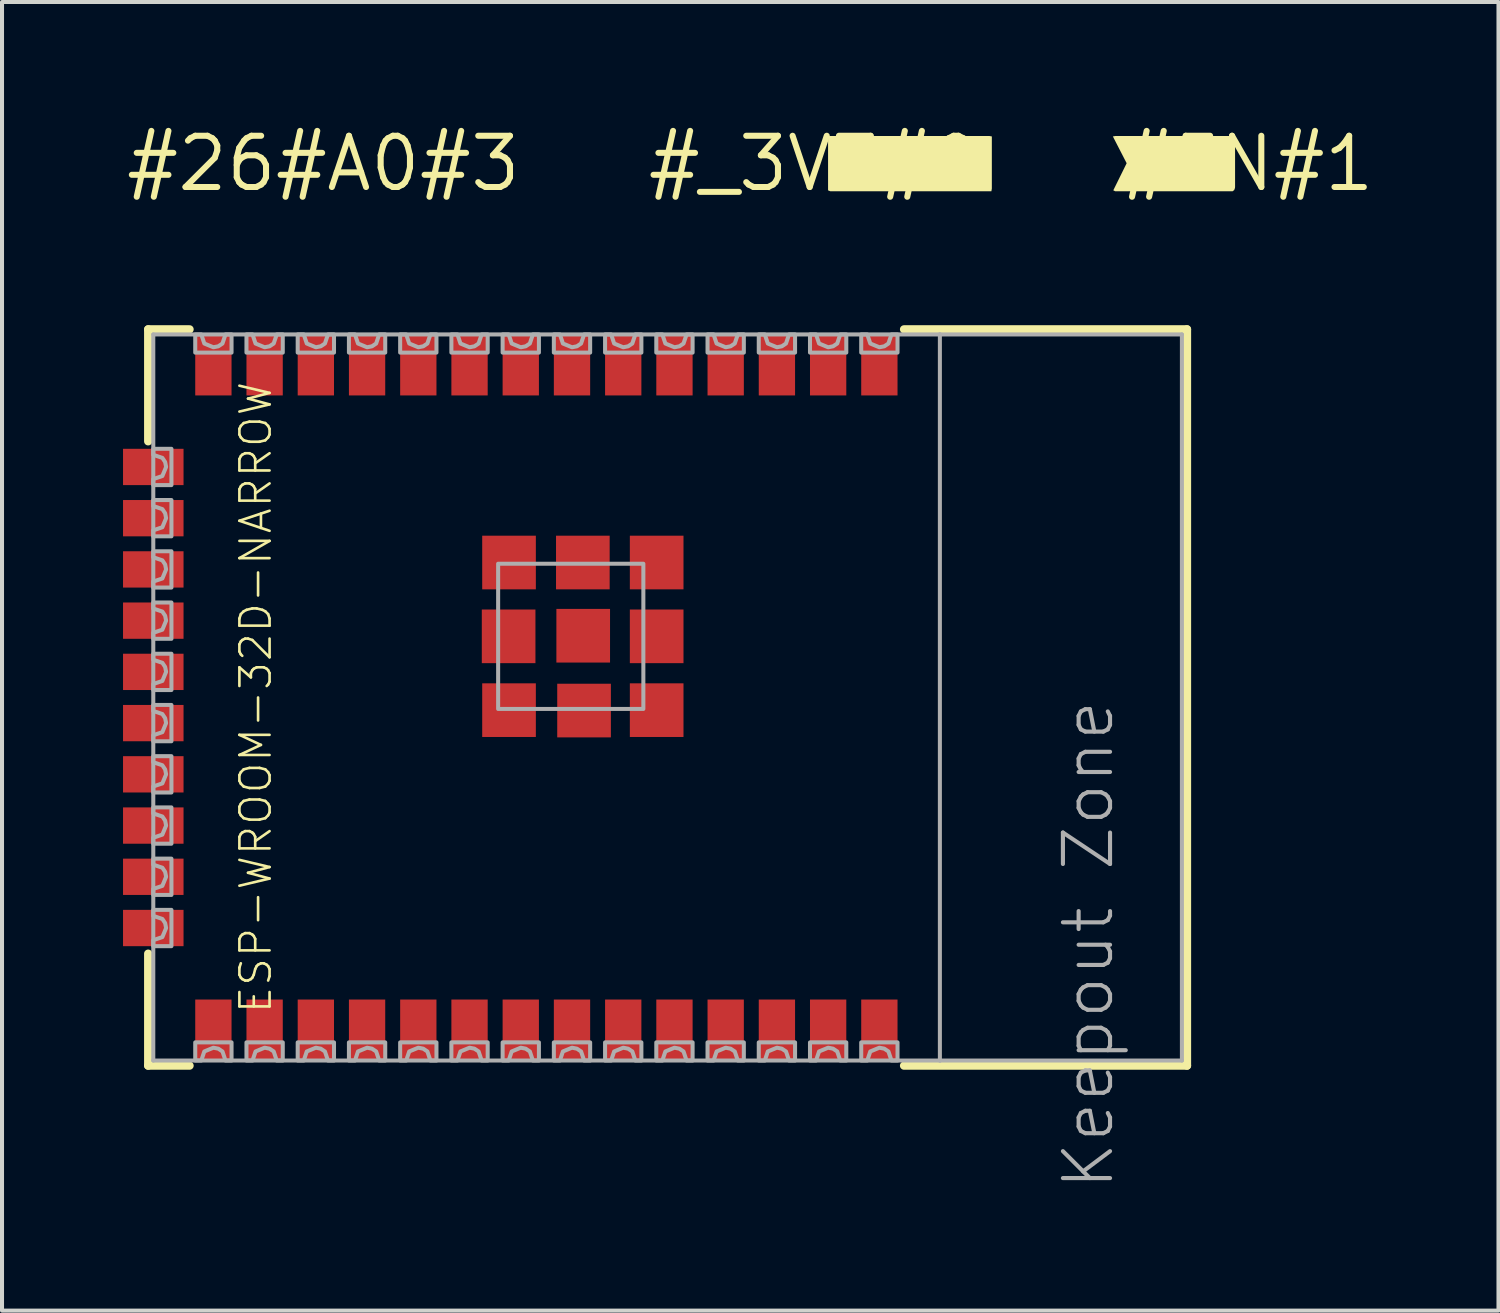
<source format=kicad_pcb>
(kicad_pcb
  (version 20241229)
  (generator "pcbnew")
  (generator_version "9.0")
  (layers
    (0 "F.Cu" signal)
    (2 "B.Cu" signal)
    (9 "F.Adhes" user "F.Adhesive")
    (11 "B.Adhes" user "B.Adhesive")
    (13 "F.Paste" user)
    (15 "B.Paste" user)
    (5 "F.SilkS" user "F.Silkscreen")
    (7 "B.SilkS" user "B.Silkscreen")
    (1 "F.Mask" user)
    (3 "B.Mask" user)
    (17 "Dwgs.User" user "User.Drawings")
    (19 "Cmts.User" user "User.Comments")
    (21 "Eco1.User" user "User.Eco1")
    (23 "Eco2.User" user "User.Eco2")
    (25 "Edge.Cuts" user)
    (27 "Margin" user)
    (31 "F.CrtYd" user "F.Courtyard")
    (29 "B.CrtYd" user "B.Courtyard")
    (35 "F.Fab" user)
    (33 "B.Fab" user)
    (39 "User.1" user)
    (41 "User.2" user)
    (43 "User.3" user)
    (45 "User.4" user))
  (footprint "ESP-WROOM-32D-NARROW"
    (layer "F.Cu")
    (at 12.32 14.241)
    (property "Reference" "ESP-WROOM-32D-NARROW" (at -9.03 0 90) (layer "F.SilkS") (effects (font (size 0.748 0.748) (thickness 0.065))))
    (fp_line (start -11.697 -9.127) (end -10.67 -9.127) (stroke (width 0.203) (type solid)) (layer "F.SilkS"))
    (fp_line (start -11.697 -6.35) (end -11.697 -9.127) (stroke (width 0.203) (type solid)) (layer "F.SilkS"))
    (fp_line (start -11.697 6.35) (end -11.697 9.127) (stroke (width 0.203) (type solid)) (layer "F.SilkS"))
    (fp_line (start -11.697 9.127) (end -10.67 9.127) (stroke (width 0.203) (type solid)) (layer "F.SilkS"))
    (fp_line (start 7.041 -9.127) (end 14.057 -9.127) (stroke (width 0.203) (type solid)) (layer "F.SilkS"))
    (fp_line (start 7.041 9.127) (end 14.057 9.127) (stroke (width 0.203) (type solid)) (layer "F.SilkS"))
    (fp_line (start 14.057 -9.127) (end 14.057 9.127) (stroke (width 0.203) (type solid)) (layer "F.SilkS"))
    (fp_line (start -11.57 -9) (end 7.93 -9) (stroke (width 0.1) (type solid)) (layer "F.Fab"))
    (fp_line (start -11.57 9) (end -11.57 -9) (stroke (width 0.1) (type solid)) (layer "F.Fab"))
    (fp_line (start 7.93 -9) (end 13.93 -9) (stroke (width 0.1) (type solid)) (layer "F.Fab"))
    (fp_line (start 7.93 9) (end -11.57 9) (stroke (width 0.1) (type solid)) (layer "F.Fab"))
    (fp_line (start 7.93 9) (end 7.93 -9) (stroke (width 0.1) (type solid)) (layer "F.Fab"))
    (fp_line (start 13.93 -9) (end 13.93 9) (stroke (width 0.1) (type solid)) (layer "F.Fab"))
    (fp_line (start 13.93 9) (end 7.93 9) (stroke (width 0.1) (type solid)) (layer "F.Fab"))
    (fp_poly (pts (xy -3.021 0.284) (xy 0.579 0.284) (xy 0.579 -3.316) (xy -3.021 -3.316)) (stroke (width 0.1) (type default)) (fill no) (layer "F.Fab"))
    (fp_poly (pts (xy -11.12 -5.265) (xy -11.57 -5.265) (xy -11.57 -5.415) (xy -11.345 -5.49) (xy -11.252 -5.715) (xy -11.276 -5.837) (xy -11.345 -5.94) (xy -11.57 -6.015) (xy -11.57 -6.015) (xy -11.57 -6.165) (xy -11.12 -6.165)) (stroke (width 0.1) (type default)) (fill no) (layer "F.Fab"))
    (fp_poly (pts (xy -11.12 -3.995) (xy -11.57 -3.995) (xy -11.57 -4.145) (xy -11.345 -4.22) (xy -11.252 -4.445) (xy -11.276 -4.567) (xy -11.345 -4.67) (xy -11.57 -4.745) (xy -11.57 -4.745) (xy -11.57 -4.895) (xy -11.12 -4.895)) (stroke (width 0.1) (type default)) (fill no) (layer "F.Fab"))
    (fp_poly (pts (xy -11.12 -2.725) (xy -11.57 -2.725) (xy -11.57 -2.875) (xy -11.345 -2.95) (xy -11.252 -3.175) (xy -11.276 -3.297) (xy -11.345 -3.4) (xy -11.57 -3.475) (xy -11.57 -3.475) (xy -11.57 -3.625) (xy -11.12 -3.625)) (stroke (width 0.1) (type default)) (fill no) (layer "F.Fab"))
    (fp_poly (pts (xy -11.12 -1.455) (xy -11.57 -1.455) (xy -11.57 -1.605) (xy -11.345 -1.68) (xy -11.252 -1.905) (xy -11.276 -2.027) (xy -11.345 -2.13) (xy -11.57 -2.205) (xy -11.57 -2.205) (xy -11.57 -2.355) (xy -11.12 -2.355)) (stroke (width 0.1) (type default)) (fill no) (layer "F.Fab"))
    (fp_poly (pts (xy -11.12 -0.185) (xy -11.57 -0.185) (xy -11.57 -0.335) (xy -11.345 -0.41) (xy -11.252 -0.635) (xy -11.276 -0.757) (xy -11.345 -0.86) (xy -11.57 -0.935) (xy -11.57 -0.935) (xy -11.57 -1.085) (xy -11.12 -1.085)) (stroke (width 0.1) (type default)) (fill no) (layer "F.Fab"))
    (fp_poly (pts (xy -11.12 1.085) (xy -11.57 1.085) (xy -11.57 0.935) (xy -11.345 0.86) (xy -11.345 0.86) (xy -11.252 0.635) (xy -11.276 0.513) (xy -11.345 0.41) (xy -11.57 0.335) (xy -11.57 0.185) (xy -11.12 0.185)) (stroke (width 0.1) (type default)) (fill no) (layer "F.Fab"))
    (fp_poly (pts (xy -11.12 2.355) (xy -11.57 2.355) (xy -11.57 2.205) (xy -11.345 2.13) (xy -11.345 2.13) (xy -11.252 1.905) (xy -11.276 1.783) (xy -11.345 1.68) (xy -11.57 1.605) (xy -11.57 1.455) (xy -11.12 1.455)) (stroke (width 0.1) (type default)) (fill no) (layer "F.Fab"))
    (fp_poly (pts (xy -11.12 3.625) (xy -11.57 3.625) (xy -11.57 3.475) (xy -11.345 3.4) (xy -11.345 3.4) (xy -11.252 3.175) (xy -11.276 3.053) (xy -11.345 2.95) (xy -11.57 2.875) (xy -11.57 2.725) (xy -11.12 2.725)) (stroke (width 0.1) (type default)) (fill no) (layer "F.Fab"))
    (fp_poly (pts (xy -11.12 4.895) (xy -11.57 4.895) (xy -11.57 4.745) (xy -11.345 4.67) (xy -11.345 4.67) (xy -11.252 4.445) (xy -11.276 4.323) (xy -11.345 4.22) (xy -11.57 4.145) (xy -11.57 3.995) (xy -11.12 3.995)) (stroke (width 0.1) (type default)) (fill no) (layer "F.Fab"))
    (fp_poly (pts (xy -11.12 6.165) (xy -11.57 6.165) (xy -11.57 6.015) (xy -11.345 5.94) (xy -11.345 5.94) (xy -11.252 5.715) (xy -11.276 5.593) (xy -11.345 5.49) (xy -11.57 5.415) (xy -11.57 5.265) (xy -11.12 5.265)) (stroke (width 0.1) (type default)) (fill no) (layer "F.Fab"))
    (fp_poly (pts (xy -10.305 -8.775) (xy -10.305 -8.775) (xy -10.08 -8.682) (xy -9.958 -8.706) (xy -9.855 -8.775) (xy -9.78 -9) (xy -9.63 -9) (xy -9.63 -8.55) (xy -10.53 -8.55) (xy -10.53 -9) (xy -10.38 -9)) (stroke (width 0.1) (type default)) (fill no) (layer "F.Fab"))
    (fp_poly (pts (xy -9.63 9) (xy -9.78 9) (xy -9.855 8.775) (xy -9.958 8.706) (xy -10.08 8.682) (xy -10.305 8.775) (xy -10.305 8.775) (xy -10.38 9) (xy -10.53 9) (xy -10.53 8.55) (xy -9.63 8.55)) (stroke (width 0.1) (type default)) (fill no) (layer "F.Fab"))
    (fp_poly (pts (xy -9.035 -8.775) (xy -9.035 -8.775) (xy -8.81 -8.682) (xy -8.688 -8.706) (xy -8.585 -8.775) (xy -8.51 -9) (xy -8.36 -9) (xy -8.36 -8.55) (xy -9.26 -8.55) (xy -9.26 -9) (xy -9.11 -9)) (stroke (width 0.1) (type default)) (fill no) (layer "F.Fab"))
    (fp_poly (pts (xy -8.36 9) (xy -8.51 9) (xy -8.585 8.775) (xy -8.688 8.706) (xy -8.81 8.682) (xy -9.035 8.775) (xy -9.035 8.775) (xy -9.11 9) (xy -9.26 9) (xy -9.26 8.55) (xy -8.36 8.55)) (stroke (width 0.1) (type default)) (fill no) (layer "F.Fab"))
    (fp_poly (pts (xy -7.765 -8.775) (xy -7.765 -8.775) (xy -7.54 -8.682) (xy -7.418 -8.706) (xy -7.315 -8.775) (xy -7.24 -9) (xy -7.09 -9) (xy -7.09 -8.55) (xy -7.99 -8.55) (xy -7.99 -9) (xy -7.84 -9)) (stroke (width 0.1) (type default)) (fill no) (layer "F.Fab"))
    (fp_poly (pts (xy -7.09 9) (xy -7.24 9) (xy -7.315 8.775) (xy -7.418 8.706) (xy -7.54 8.682) (xy -7.765 8.775) (xy -7.765 8.775) (xy -7.84 9) (xy -7.99 9) (xy -7.99 8.55) (xy -7.09 8.55)) (stroke (width 0.1) (type default)) (fill no) (layer "F.Fab"))
    (fp_poly (pts (xy -6.495 -8.775) (xy -6.495 -8.775) (xy -6.27 -8.682) (xy -6.148 -8.706) (xy -6.045 -8.775) (xy -5.97 -9) (xy -5.82 -9) (xy -5.82 -8.55) (xy -6.72 -8.55) (xy -6.72 -9) (xy -6.57 -9)) (stroke (width 0.1) (type default)) (fill no) (layer "F.Fab"))
    (fp_poly (pts (xy -5.82 9) (xy -5.97 9) (xy -6.045 8.775) (xy -6.148 8.706) (xy -6.27 8.682) (xy -6.495 8.775) (xy -6.495 8.775) (xy -6.57 9) (xy -6.72 9) (xy -6.72 8.55) (xy -5.82 8.55)) (stroke (width 0.1) (type default)) (fill no) (layer "F.Fab"))
    (fp_poly (pts (xy -5.225 -8.775) (xy -5.225 -8.775) (xy -5 -8.682) (xy -4.878 -8.706) (xy -4.775 -8.775) (xy -4.7 -9) (xy -4.55 -9) (xy -4.55 -8.55) (xy -5.45 -8.55) (xy -5.45 -9) (xy -5.3 -9)) (stroke (width 0.1) (type default)) (fill no) (layer "F.Fab"))
    (fp_poly (pts (xy -4.55 9) (xy -4.7 9) (xy -4.775 8.775) (xy -4.878 8.706) (xy -5 8.682) (xy -5.225 8.775) (xy -5.225 8.775) (xy -5.3 9) (xy -5.45 9) (xy -5.45 8.55) (xy -4.55 8.55)) (stroke (width 0.1) (type default)) (fill no) (layer "F.Fab"))
    (fp_poly (pts (xy -3.955 -8.775) (xy -3.955 -8.775) (xy -3.73 -8.682) (xy -3.608 -8.706) (xy -3.505 -8.775) (xy -3.43 -9) (xy -3.28 -9) (xy -3.28 -8.55) (xy -4.18 -8.55) (xy -4.18 -9) (xy -4.03 -9)) (stroke (width 0.1) (type default)) (fill no) (layer "F.Fab"))
    (fp_poly (pts (xy -3.28 9) (xy -3.43 9) (xy -3.505 8.775) (xy -3.608 8.706) (xy -3.73 8.682) (xy -3.955 8.775) (xy -3.955 8.775) (xy -4.03 9) (xy -4.18 9) (xy -4.18 8.55) (xy -3.28 8.55)) (stroke (width 0.1) (type default)) (fill no) (layer "F.Fab"))
    (fp_poly (pts (xy -2.685 -8.775) (xy -2.685 -8.775) (xy -2.46 -8.682) (xy -2.338 -8.706) (xy -2.235 -8.775) (xy -2.16 -9) (xy -2.01 -9) (xy -2.01 -8.55) (xy -2.91 -8.55) (xy -2.91 -9) (xy -2.76 -9)) (stroke (width 0.1) (type default)) (fill no) (layer "F.Fab"))
    (fp_poly (pts (xy -2.01 9) (xy -2.16 9) (xy -2.235 8.775) (xy -2.338 8.706) (xy -2.46 8.682) (xy -2.685 8.775) (xy -2.685 8.775) (xy -2.76 9) (xy -2.91 9) (xy -2.91 8.55) (xy -2.01 8.55)) (stroke (width 0.1) (type default)) (fill no) (layer "F.Fab"))
    (fp_poly (pts (xy -1.415 -8.775) (xy -1.415 -8.775) (xy -1.19 -8.682) (xy -1.068 -8.706) (xy -0.965 -8.775) (xy -0.89 -9) (xy -0.74 -9) (xy -0.74 -8.55) (xy -1.64 -8.55) (xy -1.64 -9) (xy -1.49 -9)) (stroke (width 0.1) (type default)) (fill no) (layer "F.Fab"))
    (fp_poly (pts (xy -0.74 9) (xy -0.89 9) (xy -0.965 8.775) (xy -1.068 8.706) (xy -1.19 8.682) (xy -1.415 8.775) (xy -1.415 8.775) (xy -1.49 9) (xy -1.64 9) (xy -1.64 8.55) (xy -0.74 8.55)) (stroke (width 0.1) (type default)) (fill no) (layer "F.Fab"))
    (fp_poly (pts (xy 0.38 -9) (xy 0.53 -9) (xy 0.53 -8.55) (xy -0.37 -8.55) (xy -0.37 -9) (xy -0.22 -9) (xy -0.145 -8.775) (xy 0.08 -8.682) (xy 0.202 -8.706) (xy 0.305 -8.775) (xy 0.38 -9)) (stroke (width 0.1) (type default)) (fill no) (layer "F.Fab"))
    (fp_poly (pts (xy 0.53 9) (xy 0.38 9) (xy 0.38 9) (xy 0.305 8.775) (xy 0.202 8.706) (xy 0.08 8.682) (xy -0.145 8.775) (xy -0.22 9) (xy -0.37 9) (xy -0.37 8.55) (xy 0.53 8.55)) (stroke (width 0.1) (type default)) (fill no) (layer "F.Fab"))
    (fp_poly (pts (xy 1.65 -9) (xy 1.8 -9) (xy 1.8 -8.55) (xy 0.9 -8.55) (xy 0.9 -9) (xy 1.05 -9) (xy 1.125 -8.775) (xy 1.35 -8.682) (xy 1.472 -8.706) (xy 1.575 -8.775) (xy 1.65 -9)) (stroke (width 0.1) (type default)) (fill no) (layer "F.Fab"))
    (fp_poly (pts (xy 1.8 9) (xy 1.65 9) (xy 1.65 9) (xy 1.575 8.775) (xy 1.472 8.706) (xy 1.35 8.682) (xy 1.125 8.775) (xy 1.05 9) (xy 0.9 9) (xy 0.9 8.55) (xy 1.8 8.55)) (stroke (width 0.1) (type default)) (fill no) (layer "F.Fab"))
    (fp_poly (pts (xy 2.92 -9) (xy 3.07 -9) (xy 3.07 -8.55) (xy 2.17 -8.55) (xy 2.17 -9) (xy 2.32 -9) (xy 2.395 -8.775) (xy 2.62 -8.682) (xy 2.742 -8.706) (xy 2.845 -8.775) (xy 2.92 -9)) (stroke (width 0.1) (type default)) (fill no) (layer "F.Fab"))
    (fp_poly (pts (xy 3.07 9) (xy 2.92 9) (xy 2.92 9) (xy 2.845 8.775) (xy 2.742 8.706) (xy 2.62 8.682) (xy 2.395 8.775) (xy 2.32 9) (xy 2.17 9) (xy 2.17 8.55) (xy 3.07 8.55)) (stroke (width 0.1) (type default)) (fill no) (layer "F.Fab"))
    (fp_poly (pts (xy 4.19 -9) (xy 4.34 -9) (xy 4.34 -8.55) (xy 3.44 -8.55) (xy 3.44 -9) (xy 3.59 -9) (xy 3.665 -8.775) (xy 3.89 -8.682) (xy 4.012 -8.706) (xy 4.115 -8.775) (xy 4.19 -9)) (stroke (width 0.1) (type default)) (fill no) (layer "F.Fab"))
    (fp_poly (pts (xy 4.34 9) (xy 4.19 9) (xy 4.19 9) (xy 4.115 8.775) (xy 4.012 8.706) (xy 3.89 8.682) (xy 3.665 8.775) (xy 3.59 9) (xy 3.44 9) (xy 3.44 8.55) (xy 4.34 8.55)) (stroke (width 0.1) (type default)) (fill no) (layer "F.Fab"))
    (fp_poly (pts (xy 5.46 -9) (xy 5.61 -9) (xy 5.61 -8.55) (xy 4.71 -8.55) (xy 4.71 -9) (xy 4.86 -9) (xy 4.935 -8.775) (xy 5.16 -8.682) (xy 5.282 -8.706) (xy 5.385 -8.775) (xy 5.46 -9)) (stroke (width 0.1) (type default)) (fill no) (layer "F.Fab"))
    (fp_poly (pts (xy 5.61 9) (xy 5.46 9) (xy 5.46 9) (xy 5.385 8.775) (xy 5.282 8.706) (xy 5.16 8.682) (xy 4.935 8.775) (xy 4.86 9) (xy 4.71 9) (xy 4.71 8.55) (xy 5.61 8.55)) (stroke (width 0.1) (type default)) (fill no) (layer "F.Fab"))
    (fp_poly (pts (xy 6.73 -9) (xy 6.88 -9) (xy 6.88 -8.55) (xy 5.98 -8.55) (xy 5.98 -9) (xy 6.13 -9) (xy 6.205 -8.775) (xy 6.43 -8.682) (xy 6.552 -8.706) (xy 6.655 -8.775) (xy 6.73 -9)) (stroke (width 0.1) (type default)) (fill no) (layer "F.Fab"))
    (fp_poly (pts (xy 6.88 9) (xy 6.73 9) (xy 6.73 9) (xy 6.655 8.775) (xy 6.552 8.706) (xy 6.43 8.682) (xy 6.205 8.775) (xy 6.13 9) (xy 5.98 9) (xy 5.98 8.55) (xy 6.88 8.55)) (stroke (width 0.1) (type default)) (fill no) (layer "F.Fab"))
    (fp_text user "Keepout Zone" (at 10.93 0 90) (layer "F.Fab") (effects (font (size 1.168 1.168) (thickness 0.102)) (justify right top)))
    (pad "1" smd rect (at 6.43 -8.238) (size 0.9 1.5) (layers "F.Cu" "F.Mask" "F.Paste"))
    (pad "2" smd rect (at 5.16 -8.238) (size 0.9 1.5) (layers "F.Cu" "F.Mask" "F.Paste"))
    (pad "3" smd rect (at 3.89 -8.238) (size 0.9 1.5) (layers "F.Cu" "F.Mask" "F.Paste"))
    (pad "4" smd rect (at 2.62 -8.238) (size 0.9 1.5) (layers "F.Cu" "F.Mask" "F.Paste"))
    (pad "5" smd rect (at 1.35 -8.238) (size 0.9 1.5) (layers "F.Cu" "F.Mask" "F.Paste"))
    (pad "6" smd rect (at 0.08 -8.238) (size 0.9 1.5) (layers "F.Cu" "F.Mask" "F.Paste"))
    (pad "7" smd rect (at -1.19 -8.238) (size 0.9 1.5) (layers "F.Cu" "F.Mask" "F.Paste"))
    (pad "8" smd rect (at -2.46 -8.238) (size 0.9 1.5) (layers "F.Cu" "F.Mask" "F.Paste"))
    (pad "9" smd rect (at -3.73 -8.238) (size 0.9 1.5) (layers "F.Cu" "F.Mask" "F.Paste"))
    (pad "10" smd rect (at -5 -8.238) (size 0.9 1.5) (layers "F.Cu" "F.Mask" "F.Paste"))
    (pad "11" smd rect (at -6.27 -8.238) (size 0.9 1.5) (layers "F.Cu" "F.Mask" "F.Paste"))
    (pad "12" smd rect (at -7.54 -8.238) (size 0.9 1.5) (layers "F.Cu" "F.Mask" "F.Paste"))
    (pad "13" smd rect (at -8.81 -8.238) (size 0.9 1.5) (layers "F.Cu" "F.Mask" "F.Paste"))
    (pad "14" smd rect (at -10.08 -8.238) (size 0.9 1.5) (layers "F.Cu" "F.Mask" "F.Paste"))
    (pad "15" smd rect (at -11.57 -5.715 90) (size 0.9 1.5) (layers "F.Cu" "F.Mask" "F.Paste"))
    (pad "16" smd rect (at -11.57 -4.445 90) (size 0.9 1.5) (layers "F.Cu" "F.Mask" "F.Paste"))
    (pad "17" smd rect (at -11.57 -3.175 90) (size 0.9 1.5) (layers "F.Cu" "F.Mask" "F.Paste"))
    (pad "18" smd rect (at -11.57 -1.905 90) (size 0.9 1.5) (layers "F.Cu" "F.Mask" "F.Paste"))
    (pad "19" smd rect (at -11.57 -0.635 90) (size 0.9 1.5) (layers "F.Cu" "F.Mask" "F.Paste"))
    (pad "20" smd rect (at -11.57 0.635 90) (size 0.9 1.5) (layers "F.Cu" "F.Mask" "F.Paste"))
    (pad "21" smd rect (at -11.57 1.905 90) (size 0.9 1.5) (layers "F.Cu" "F.Mask" "F.Paste"))
    (pad "22" smd rect (at -11.57 3.175 90) (size 0.9 1.5) (layers "F.Cu" "F.Mask" "F.Paste"))
    (pad "23" smd rect (at -11.57 4.445 90) (size 0.9 1.5) (layers "F.Cu" "F.Mask" "F.Paste"))
    (pad "24" smd rect (at -11.57 5.715 90) (size 0.9 1.5) (layers "F.Cu" "F.Mask" "F.Paste"))
    (pad "25" smd rect (at -10.08 8.238) (size 0.9 1.5) (layers "F.Cu" "F.Mask" "F.Paste"))
    (pad "26" smd rect (at -8.81 8.238) (size 0.9 1.5) (layers "F.Cu" "F.Mask" "F.Paste"))
    (pad "27" smd rect (at -7.54 8.238) (size 0.9 1.5) (layers "F.Cu" "F.Mask" "F.Paste"))
    (pad "28" smd rect (at -6.27 8.238) (size 0.9 1.5) (layers "F.Cu" "F.Mask" "F.Paste"))
    (pad "29" smd rect (at -5 8.238) (size 0.9 1.5) (layers "F.Cu" "F.Mask" "F.Paste"))
    (pad "30" smd rect (at -3.73 8.238) (size 0.9 1.5) (layers "F.Cu" "F.Mask" "F.Paste"))
    (pad "31" smd rect (at -2.46 8.238) (size 0.9 1.5) (layers "F.Cu" "F.Mask" "F.Paste"))
    (pad "32" smd rect (at -1.19 8.238) (size 0.9 1.5) (layers "F.Cu" "F.Mask" "F.Paste"))
    (pad "33" smd rect (at 0.08 8.238) (size 0.9 1.5) (layers "F.Cu" "F.Mask" "F.Paste"))
    (pad "34" smd rect (at 1.35 8.238) (size 0.9 1.5) (layers "F.Cu" "F.Mask" "F.Paste"))
    (pad "35" smd rect (at 2.62 8.238) (size 0.9 1.5) (layers "F.Cu" "F.Mask" "F.Paste"))
    (pad "36" smd rect (at 3.89 8.238) (size 0.9 1.5) (layers "F.Cu" "F.Mask" "F.Paste"))
    (pad "37" smd rect (at 5.16 8.238) (size 0.9 1.5) (layers "F.Cu" "F.Mask" "F.Paste"))
    (pad "38" smd rect (at 6.43 8.238) (size 0.9 1.5) (layers "F.Cu" "F.Mask" "F.Paste"))
    (pad "GND1" smd rect (at -0.912 -1.531) (size 1.33 1.33) (layers "F.Cu" "F.Mask" "F.Paste"))
    (pad "GNDT1" smd rect (at -2.751 -3.346) (size 1.33 1.33) (layers "F.Cu" "F.Mask" "F.Paste"))
    (pad "GNDT2" smd rect (at -2.761 -1.516) (size 1.33 1.33) (layers "F.Cu" "F.Mask" "F.Paste"))
    (pad "GNDT3" smd rect (at -2.751 0.314) (size 1.33 1.33) (layers "F.Cu" "F.Mask" "F.Paste"))
    (pad "GNDT4" smd rect (at -0.891 0.324) (size 1.33 1.33) (layers "F.Cu" "F.Mask" "F.Paste"))
    (pad "GNDT5" smd rect (at 0.909 0.314) (size 1.33 1.33) (layers "F.Cu" "F.Mask" "F.Paste"))
    (pad "GNDT6" smd rect (at 0.909 -1.516) (size 1.33 1.33) (layers "F.Cu" "F.Mask" "F.Paste"))
    (pad "GNDT7" smd rect (at 0.909 -3.346) (size 1.33 1.33) (layers "F.Cu" "F.Mask" "F.Paste"))
    (pad "GNDT8" smd rect (at -0.921 -3.346) (size 1.33 1.33) (layers "F.Cu" "F.Mask" "F.Paste")))
  (footprint "#26#A0#3"
    (layer "F.Cu")
    (at 4.966 1.006)
    (property "Reference" "#26#A0#3" (at 0 0 0) (layer "F.SilkS") (effects (font (size 1.27 1.27) (thickness 0.15))))
    (fp_poly (pts (xy 4.871 0.235) (xy 4.87 0.24) (xy 4.87 0.235) (xy 4.87 0.235)) (stroke (width 0) (type default)) (fill yes) (layer "F.SilkS")))
  (footprint "#_3V3#0"
    (layer "F.Cu")
    (at 17.143 1.006)
    (property "Reference" "#_3V3#0" (at 0 0 0) (layer "F.SilkS") (effects (font (size 1.27 1.27) (thickness 0.15))))
    (fp_poly (pts (xy 4.33 -0.685) (xy 4.395 -0.674) (xy 4.395 0.62) (xy 4.384 0.685) (xy 0.389 0.685) (xy 0.335 0.663) (xy 0.335 -0.631) (xy 0.357 -0.685)) (stroke (width 0) (type default)) (fill yes) (layer "F.SilkS")))
  (footprint "#EN#1"
    (layer "F.Cu")
    (at 27.886 1.006)
    (property "Reference" "#EN#1" (at 0 0 0) (layer "F.SilkS") (effects (font (size 1.27 1.27) (thickness 0.15))))
    (fp_poly (pts (xy -0.357 -0.685) (xy -0.335 -0.631) (xy -0.335 0.652) (xy -0.378 0.685) (xy -3.291 0.685) (xy -3.337 0.662) (xy -3.034 0.048) (xy -3.006 -0.01) (xy -3.348 -0.674) (xy -3.28 -0.685)) (stroke (width 0) (type default)) (fill yes) (layer "F.SilkS")))
  (gr_rect
    (start -3 -3)
    (end 34.098 29.441)
    (stroke (width 0.1) (type default))
    (fill no)
    (layer "Edge.Cuts")))
</source>
